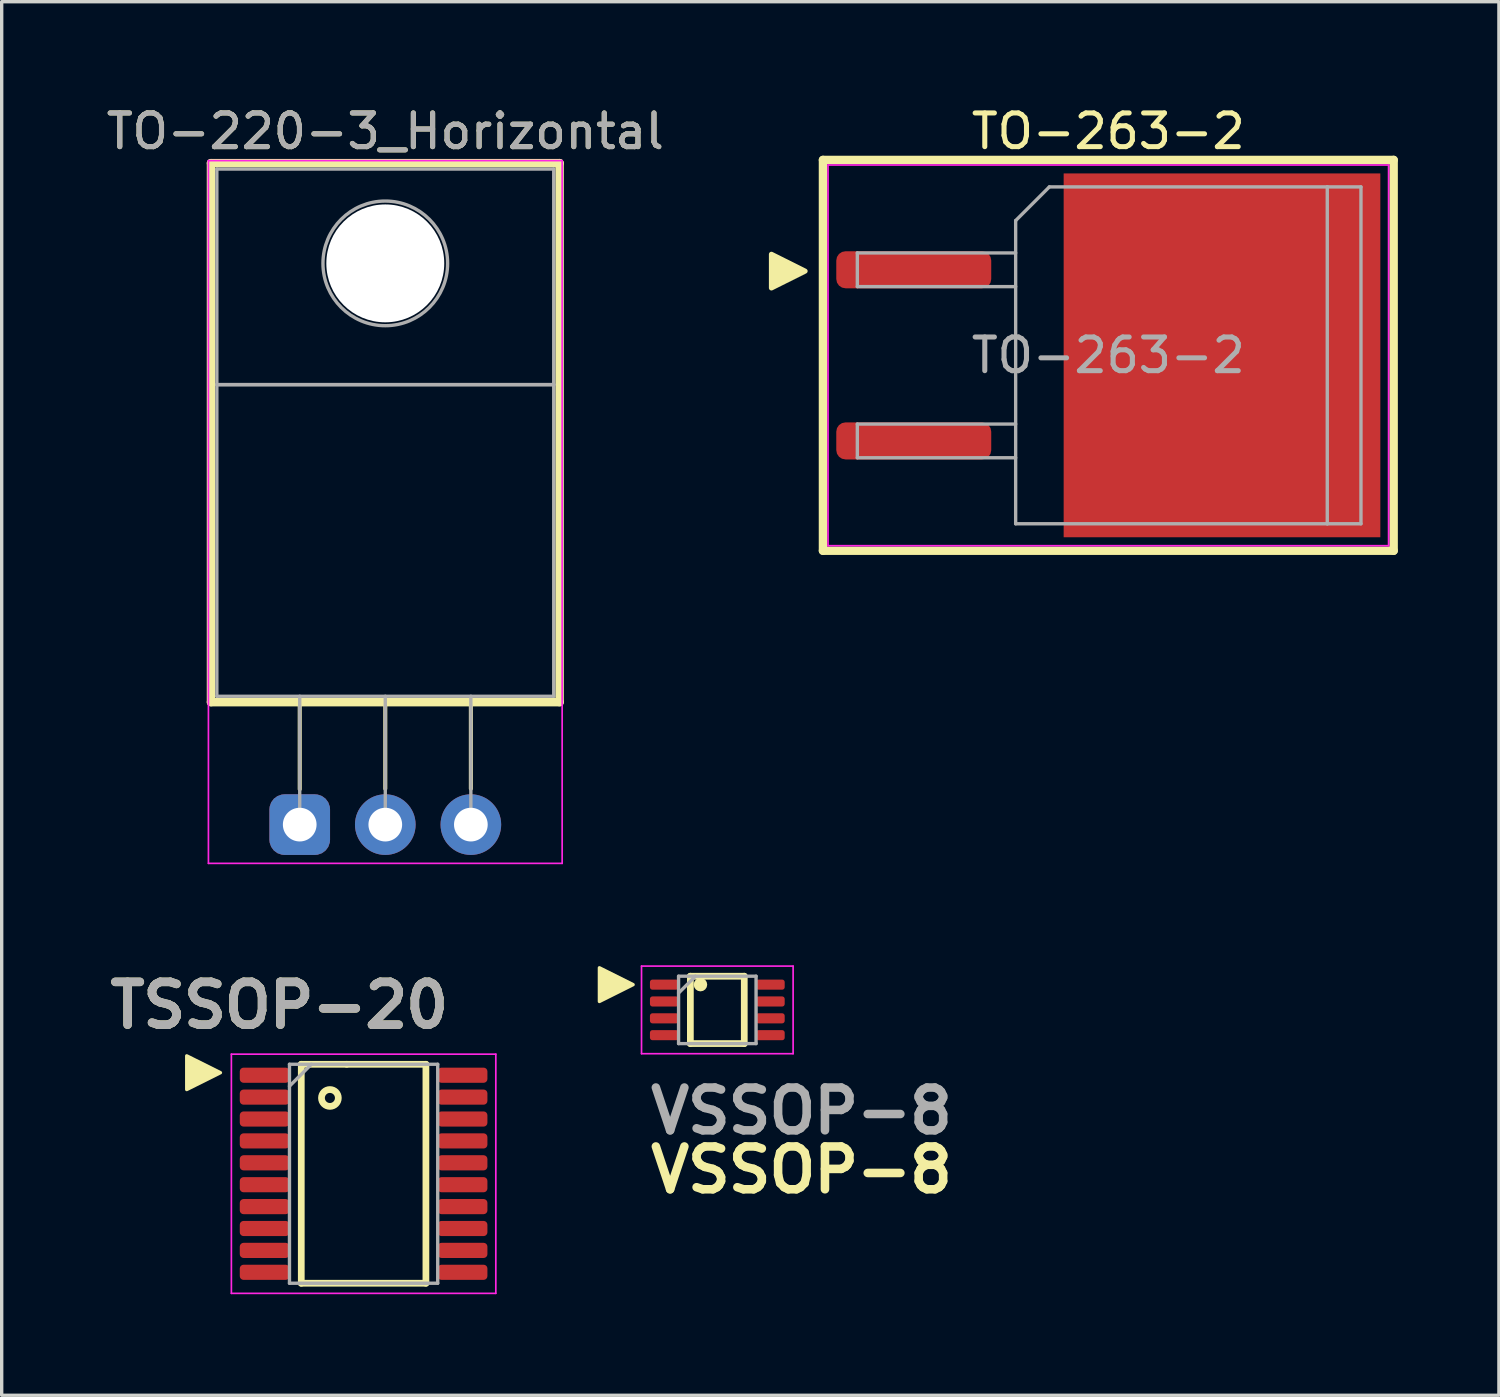
<source format=kicad_pcb>
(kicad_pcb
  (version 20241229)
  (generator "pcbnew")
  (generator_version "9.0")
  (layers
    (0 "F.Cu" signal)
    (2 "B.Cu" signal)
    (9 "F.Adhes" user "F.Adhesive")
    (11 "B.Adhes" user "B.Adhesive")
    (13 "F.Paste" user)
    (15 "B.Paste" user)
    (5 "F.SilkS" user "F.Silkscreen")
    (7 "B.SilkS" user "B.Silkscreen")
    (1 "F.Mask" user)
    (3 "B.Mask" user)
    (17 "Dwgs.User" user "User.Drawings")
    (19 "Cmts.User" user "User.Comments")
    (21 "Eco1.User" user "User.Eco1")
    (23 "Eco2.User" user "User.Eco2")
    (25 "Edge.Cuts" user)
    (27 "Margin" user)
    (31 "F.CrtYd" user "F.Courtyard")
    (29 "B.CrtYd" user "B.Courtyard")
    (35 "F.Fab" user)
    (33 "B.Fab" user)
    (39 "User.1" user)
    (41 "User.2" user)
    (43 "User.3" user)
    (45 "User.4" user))
  (footprint "TO-220-3_Horizontal"
    (layer "F.Cu")
    (at 5.847 21.428)
    (property "Reference" "TO-220-3_Horizontal" (at 2.54 -20.58 0) (layer "F.SilkS") (effects (font (size 1 1) (thickness 0.15))))
    (attr through_hole)
    (fp_line (start -2.635 -19.635) (end -2.635 -3.635) (stroke (width 0.25) (type solid)) (layer "F.SilkS"))
    (fp_line (start -2.635 -19.635) (end 7.715 -19.635) (stroke (width 0.25) (type solid)) (layer "F.SilkS"))
    (fp_line (start -2.635 -3.635) (end 7.715 -3.635) (stroke (width 0.25) (type solid)) (layer "F.SilkS"))
    (fp_line (start 0 -3.69) (end 0 -1.05) (stroke (width 0.12) (type solid)) (layer "F.SilkS"))
    (fp_line (start 2.54 -3.69) (end 2.54 -1.066) (stroke (width 0.12) (type solid)) (layer "F.SilkS"))
    (fp_line (start 5.08 -3.69) (end 5.08 -1.066) (stroke (width 0.12) (type solid)) (layer "F.SilkS"))
    (fp_line (start 7.715 -19.635) (end 7.715 -3.635) (stroke (width 0.25) (type solid)) (layer "F.SilkS"))
    (fp_line (start -2.71 -19.71) (end -2.71 1.15) (stroke (width 0.05) (type solid)) (layer "F.CrtYd"))
    (fp_line (start -2.71 1.15) (end 7.79 1.15) (stroke (width 0.05) (type solid)) (layer "F.CrtYd"))
    (fp_line (start 7.79 -19.71) (end -2.71 -19.71) (stroke (width 0.05) (type solid)) (layer "F.CrtYd"))
    (fp_line (start 7.79 1.15) (end 7.79 -19.71) (stroke (width 0.05) (type solid)) (layer "F.CrtYd"))
    (fp_line (start -2.46 -19.46) (end 7.54 -19.46) (stroke (width 0.1) (type solid)) (layer "F.Fab"))
    (fp_line (start -2.46 -13.06) (end -2.46 -19.46) (stroke (width 0.1) (type solid)) (layer "F.Fab"))
    (fp_line (start -2.46 -13.06) (end 7.54 -13.06) (stroke (width 0.1) (type solid)) (layer "F.Fab"))
    (fp_line (start -2.46 -3.81) (end -2.46 -13.06) (stroke (width 0.1) (type solid)) (layer "F.Fab"))
    (fp_line (start 0 -3.81) (end 0 0) (stroke (width 0.1) (type solid)) (layer "F.Fab"))
    (fp_line (start 2.54 -3.81) (end 2.54 0) (stroke (width 0.1) (type solid)) (layer "F.Fab"))
    (fp_line (start 5.08 -3.81) (end 5.08 0) (stroke (width 0.1) (type solid)) (layer "F.Fab"))
    (fp_line (start 7.54 -19.46) (end 7.54 -13.06) (stroke (width 0.1) (type solid)) (layer "F.Fab"))
    (fp_line (start 7.54 -13.06) (end -2.46 -13.06) (stroke (width 0.1) (type solid)) (layer "F.Fab"))
    (fp_line (start 7.54 -13.06) (end 7.54 -3.81) (stroke (width 0.1) (type solid)) (layer "F.Fab"))
    (fp_line (start 7.54 -3.81) (end -2.46 -3.81) (stroke (width 0.1) (type solid)) (layer "F.Fab"))
    (fp_circle (center 2.54 -16.66) (end 4.39 -16.66) (stroke (width 0.1) (type solid)) (fill no) (layer "F.Fab"))
    (fp_text user "${REFERENCE}" (at 2.54 -20.58 0) (layer "F.Fab") (effects (font (size 1 1) (thickness 0.15))))
    (pad "" np_thru_hole oval (at 2.54 -16.66) (size 3.5 3.5) (drill 3.5) (layers "*.Cu" "*.Mask"))
    (pad "1" thru_hole roundrect (at 0 0) (size 1.8 1.8) (drill 1) (layers "*.Cu" "*.Mask") (roundrect_rratio 0.25))
    (pad "2" thru_hole oval (at 2.54 0) (size 1.8 1.8) (drill 1) (layers "*.Cu" "*.Mask"))
    (pad "3" thru_hole oval (at 5.08 0) (size 1.8 1.8) (drill 1) (layers "*.Cu" "*.Mask")))
  (footprint "TO-263-2"
    (layer "F.Cu")
    (at 29.849 7.498)
    (property "Reference" "TO-263-2" (at 0 -6.65 0) (layer "F.SilkS") (effects (font (size 1 1) (thickness 0.15))))
    (attr smd)
    (fp_line (start -8.47 -5.8) (end 8.47 -5.8) (stroke (width 0.25) (type solid)) (layer "F.SilkS"))
    (fp_line (start -8.47 5.8) (end -8.47 -5.8) (stroke (width 0.25) (type solid)) (layer "F.SilkS"))
    (fp_line (start 8.47 -5.8) (end 8.47 5.8) (stroke (width 0.25) (type solid)) (layer "F.SilkS"))
    (fp_line (start 8.47 5.8) (end -8.47 5.8) (stroke (width 0.25) (type solid)) (layer "F.SilkS"))
    (fp_poly (pts (xy -9 -2.5) (xy -10 -3) (xy -10 -2)) (stroke (width 0.15) (type solid)) (fill yes) (layer "F.SilkS"))
    (fp_line (start -8.32 -5.65) (end -8.32 5.65) (stroke (width 0.05) (type solid)) (layer "F.CrtYd"))
    (fp_line (start -8.32 5.65) (end 8.32 5.65) (stroke (width 0.05) (type solid)) (layer "F.CrtYd"))
    (fp_line (start 8.32 -5.65) (end -8.32 -5.65) (stroke (width 0.05) (type solid)) (layer "F.CrtYd"))
    (fp_line (start 8.32 5.65) (end 8.32 -5.65) (stroke (width 0.05) (type solid)) (layer "F.CrtYd"))
    (fp_line (start -7.45 -3.04) (end -7.45 -2.04) (stroke (width 0.1) (type solid)) (layer "F.Fab"))
    (fp_line (start -7.45 -2.04) (end -2.75 -2.04) (stroke (width 0.1) (type solid)) (layer "F.Fab"))
    (fp_line (start -7.45 2.04) (end -7.45 3.04) (stroke (width 0.1) (type solid)) (layer "F.Fab"))
    (fp_line (start -7.45 3.04) (end -2.75 3.04) (stroke (width 0.1) (type solid)) (layer "F.Fab"))
    (fp_line (start -2.75 -4) (end -1.75 -5) (stroke (width 0.1) (type solid)) (layer "F.Fab"))
    (fp_line (start -2.75 -3.04) (end -7.45 -3.04) (stroke (width 0.1) (type solid)) (layer "F.Fab"))
    (fp_line (start -2.75 2.04) (end -7.45 2.04) (stroke (width 0.1) (type solid)) (layer "F.Fab"))
    (fp_line (start -2.75 5) (end -2.75 -4) (stroke (width 0.1) (type solid)) (layer "F.Fab"))
    (fp_line (start -1.75 -5) (end 6.5 -5) (stroke (width 0.1) (type solid)) (layer "F.Fab"))
    (fp_line (start 6.5 -5) (end 6.5 5) (stroke (width 0.1) (type solid)) (layer "F.Fab"))
    (fp_line (start 6.5 -5) (end 7.5 -5) (stroke (width 0.1) (type solid)) (layer "F.Fab"))
    (fp_line (start 6.5 5) (end -2.75 5) (stroke (width 0.1) (type solid)) (layer "F.Fab"))
    (fp_line (start 7.5 -5) (end 7.5 5) (stroke (width 0.1) (type solid)) (layer "F.Fab"))
    (fp_line (start 7.5 5) (end 6.5 5) (stroke (width 0.1) (type solid)) (layer "F.Fab"))
    (fp_text user "${REFERENCE}" (at 0 0 0) (layer "F.Fab") (effects (font (size 1 1) (thickness 0.15))))
    (pad "1" smd roundrect (at -5.775 -2.54) (size 4.6 1.1) (layers "F.Cu" "F.Mask" "F.Paste") (roundrect_rratio 0.25))
    (pad "2" smd rect (at 3.375 0) (size 9.4 10.8) (layers "F.Cu" "F.Mask"))
    (pad "3" smd roundrect (at -5.775 2.54) (size 4.6 1.1) (layers "F.Cu" "F.Mask" "F.Paste") (roundrect_rratio 0.25)))
  (footprint "VSSOP-8"
    (layer "F.Cu")
    (at 18.243 26.928)
    (property "Reference" "VSSOP-8" (at 2.5 4.75 0) (layer "F.SilkS") (effects (font (size 1.27 1.27) (thickness 0.254))))
    (attr smd)
    (fp_line (start -0.8 -1) (end 0.8 -1) (stroke (width 0.2) (type solid)) (layer "F.SilkS"))
    (fp_line (start -0.8 1) (end -0.8 -1) (stroke (width 0.2) (type solid)) (layer "F.SilkS"))
    (fp_line (start 0.8 -1) (end 0.8 1) (stroke (width 0.2) (type solid)) (layer "F.SilkS"))
    (fp_line (start 0.8 1) (end -0.8 1) (stroke (width 0.2) (type solid)) (layer "F.SilkS"))
    (fp_circle (center -0.5 -0.75) (end -0.5 -0.75) (stroke (width 0.2) (type solid)) (fill no) (layer "F.SilkS"))
    (fp_poly (pts (xy -2.5 -0.75) (xy -3.5 -0.25) (xy -3.5 -1.25)) (stroke (width 0.1) (type solid)) (fill yes) (layer "F.SilkS"))
    (fp_line (start -2.25 -1.3) (end 2.25 -1.3) (stroke (width 0.05) (type solid)) (layer "F.CrtYd"))
    (fp_line (start -2.25 1.3) (end -2.25 -1.3) (stroke (width 0.05) (type solid)) (layer "F.CrtYd"))
    (fp_line (start 2.25 -1.3) (end 2.25 1.3) (stroke (width 0.05) (type solid)) (layer "F.CrtYd"))
    (fp_line (start 2.25 1.3) (end -2.25 1.3) (stroke (width 0.05) (type solid)) (layer "F.CrtYd"))
    (fp_line (start -1.15 -1) (end 1.15 -1) (stroke (width 0.1) (type solid)) (layer "F.Fab"))
    (fp_line (start -1.15 -0.5) (end -0.65 -1) (stroke (width 0.1) (type solid)) (layer "F.Fab"))
    (fp_line (start -1.15 1) (end -1.15 -1) (stroke (width 0.1) (type solid)) (layer "F.Fab"))
    (fp_line (start 1.15 -1) (end 1.15 1) (stroke (width 0.1) (type solid)) (layer "F.Fab"))
    (fp_line (start 1.15 1) (end -1.15 1) (stroke (width 0.1) (type solid)) (layer "F.Fab"))
    (fp_text user "${REFERENCE}" (at 2.5 3 0) (layer "F.Fab") (effects (font (size 1.27 1.27) (thickness 0.254))))
    (pad "1" smd roundrect (at -1.575 -0.75 90) (size 0.3 0.85) (layers "F.Cu" "F.Mask" "F.Paste") (roundrect_rratio 0.25))
    (pad "2" smd roundrect (at -1.575 -0.25 90) (size 0.3 0.85) (layers "F.Cu" "F.Mask" "F.Paste") (roundrect_rratio 0.25))
    (pad "3" smd roundrect (at -1.575 0.25 90) (size 0.3 0.85) (layers "F.Cu" "F.Mask" "F.Paste") (roundrect_rratio 0.25))
    (pad "4" smd roundrect (at -1.575 0.75 90) (size 0.3 0.85) (layers "F.Cu" "F.Mask" "F.Paste") (roundrect_rratio 0.25))
    (pad "5" smd roundrect (at 1.575 0.75 90) (size 0.3 0.85) (layers "F.Cu" "F.Mask" "F.Paste") (roundrect_rratio 0.25))
    (pad "6" smd roundrect (at 1.575 0.25 90) (size 0.3 0.85) (layers "F.Cu" "F.Mask" "F.Paste") (roundrect_rratio 0.25))
    (pad "7" smd roundrect (at 1.575 -0.25 90) (size 0.3 0.85) (layers "F.Cu" "F.Mask" "F.Paste") (roundrect_rratio 0.25))
    (pad "8" smd roundrect (at 1.575 -0.75 90) (size 0.3 0.85) (layers "F.Cu" "F.Mask" "F.Paste") (roundrect_rratio 0.25)))
  (footprint "TSSOP-20"
    (layer "F.Cu")
    (at 7.743 31.792)
    (property "Reference" "TSSOP-20" (at -2.5 -5 0) (layer "F.SilkS") (effects (font (size 1.27 1.27) (thickness 0.254))))
    (attr smd)
    (fp_line (start -1.85 -3.25) (end -0.5 -3.25) (stroke (width 0.2) (type solid)) (layer "F.SilkS"))
    (fp_line (start -1.85 3.25) (end -1.85 -3.25) (stroke (width 0.2) (type solid)) (layer "F.SilkS"))
    (fp_line (start -0.5 -3.25) (end 1.85 -3.25) (stroke (width 0.2) (type solid)) (layer "F.SilkS"))
    (fp_line (start 1.85 -3.25) (end 1.85 3.25) (stroke (width 0.2) (type solid)) (layer "F.SilkS"))
    (fp_line (start 1.85 3.25) (end -1.85 3.25) (stroke (width 0.2) (type solid)) (layer "F.SilkS"))
    (fp_circle (center -1 -2.25) (end -1 -2.5) (stroke (width 0.2) (type solid)) (fill no) (layer "F.SilkS"))
    (fp_poly (pts (xy -4.25 -3) (xy -5.25 -2.5) (xy -5.25 -3.5)) (stroke (width 0.1) (type solid)) (fill yes) (layer "F.SilkS"))
    (fp_line (start -3.925 -3.55) (end 3.925 -3.55) (stroke (width 0.05) (type solid)) (layer "F.CrtYd"))
    (fp_line (start -3.925 3.55) (end -3.925 -3.55) (stroke (width 0.05) (type solid)) (layer "F.CrtYd"))
    (fp_line (start 3.925 -3.55) (end 3.925 3.55) (stroke (width 0.05) (type solid)) (layer "F.CrtYd"))
    (fp_line (start 3.925 3.55) (end -3.925 3.55) (stroke (width 0.05) (type solid)) (layer "F.CrtYd"))
    (fp_line (start -2.2 -3.25) (end 2.2 -3.25) (stroke (width 0.1) (type solid)) (layer "F.Fab"))
    (fp_line (start -2.2 -2.6) (end -1.55 -3.25) (stroke (width 0.1) (type solid)) (layer "F.Fab"))
    (fp_line (start -2.2 3.25) (end -2.2 -3.25) (stroke (width 0.1) (type solid)) (layer "F.Fab"))
    (fp_line (start 2.2 -3.25) (end 2.2 3.25) (stroke (width 0.1) (type solid)) (layer "F.Fab"))
    (fp_line (start 2.2 3.25) (end -2.2 3.25) (stroke (width 0.1) (type solid)) (layer "F.Fab"))
    (fp_text user "${REFERENCE}" (at -2.5 -5 0) (layer "F.Fab") (effects (font (size 1.27 1.27) (thickness 0.254))))
    (pad "1" smd roundrect (at -2.938 -2.925 90) (size 0.45 1.475) (layers "F.Cu" "F.Mask" "F.Paste") (roundrect_rratio 0.25))
    (pad "2" smd roundrect (at -2.938 -2.275 90) (size 0.45 1.475) (layers "F.Cu" "F.Mask" "F.Paste") (roundrect_rratio 0.25))
    (pad "3" smd roundrect (at -2.938 -1.625 90) (size 0.45 1.475) (layers "F.Cu" "F.Mask" "F.Paste") (roundrect_rratio 0.25))
    (pad "4" smd roundrect (at -2.938 -0.975 90) (size 0.45 1.475) (layers "F.Cu" "F.Mask" "F.Paste") (roundrect_rratio 0.25))
    (pad "5" smd roundrect (at -2.938 -0.325 90) (size 0.45 1.475) (layers "F.Cu" "F.Mask" "F.Paste") (roundrect_rratio 0.25))
    (pad "6" smd roundrect (at -2.938 0.325 90) (size 0.45 1.475) (layers "F.Cu" "F.Mask" "F.Paste") (roundrect_rratio 0.25))
    (pad "7" smd roundrect (at -2.938 0.975 90) (size 0.45 1.475) (layers "F.Cu" "F.Mask" "F.Paste") (roundrect_rratio 0.25))
    (pad "8" smd roundrect (at -2.938 1.625 90) (size 0.45 1.475) (layers "F.Cu" "F.Mask" "F.Paste") (roundrect_rratio 0.25))
    (pad "9" smd roundrect (at -2.938 2.275 90) (size 0.45 1.475) (layers "F.Cu" "F.Mask" "F.Paste") (roundrect_rratio 0.25))
    (pad "10" smd roundrect (at -2.938 2.925 90) (size 0.45 1.475) (layers "F.Cu" "F.Mask" "F.Paste") (roundrect_rratio 0.25))
    (pad "11" smd roundrect (at 2.938 2.925 90) (size 0.45 1.475) (layers "F.Cu" "F.Mask" "F.Paste") (roundrect_rratio 0.25))
    (pad "12" smd roundrect (at 2.938 2.275 90) (size 0.45 1.475) (layers "F.Cu" "F.Mask" "F.Paste") (roundrect_rratio 0.25))
    (pad "13" smd roundrect (at 2.938 1.625 90) (size 0.45 1.475) (layers "F.Cu" "F.Mask" "F.Paste") (roundrect_rratio 0.25))
    (pad "14" smd roundrect (at 2.938 0.975 90) (size 0.45 1.475) (layers "F.Cu" "F.Mask" "F.Paste") (roundrect_rratio 0.25))
    (pad "15" smd roundrect (at 2.938 0.325 90) (size 0.45 1.475) (layers "F.Cu" "F.Mask" "F.Paste") (roundrect_rratio 0.25))
    (pad "16" smd roundrect (at 2.938 -0.325 90) (size 0.45 1.475) (layers "F.Cu" "F.Mask" "F.Paste") (roundrect_rratio 0.25))
    (pad "17" smd roundrect (at 2.938 -0.975 90) (size 0.45 1.475) (layers "F.Cu" "F.Mask" "F.Paste") (roundrect_rratio 0.25))
    (pad "18" smd roundrect (at 2.938 -1.625 90) (size 0.45 1.475) (layers "F.Cu" "F.Mask" "F.Paste") (roundrect_rratio 0.25))
    (pad "19" smd roundrect (at 2.938 -2.275 90) (size 0.45 1.475) (layers "F.Cu" "F.Mask" "F.Paste") (roundrect_rratio 0.25))
    (pad "20" smd roundrect (at 2.938 -2.925 90) (size 0.45 1.475) (layers "F.Cu" "F.Mask" "F.Paste") (roundrect_rratio 0.25)))
  (gr_rect
    (start -3 -3)
    (end 41.444 38.367)
    (stroke (width 0.1) (type default))
    (fill no)
    (layer "Edge.Cuts")))
</source>
